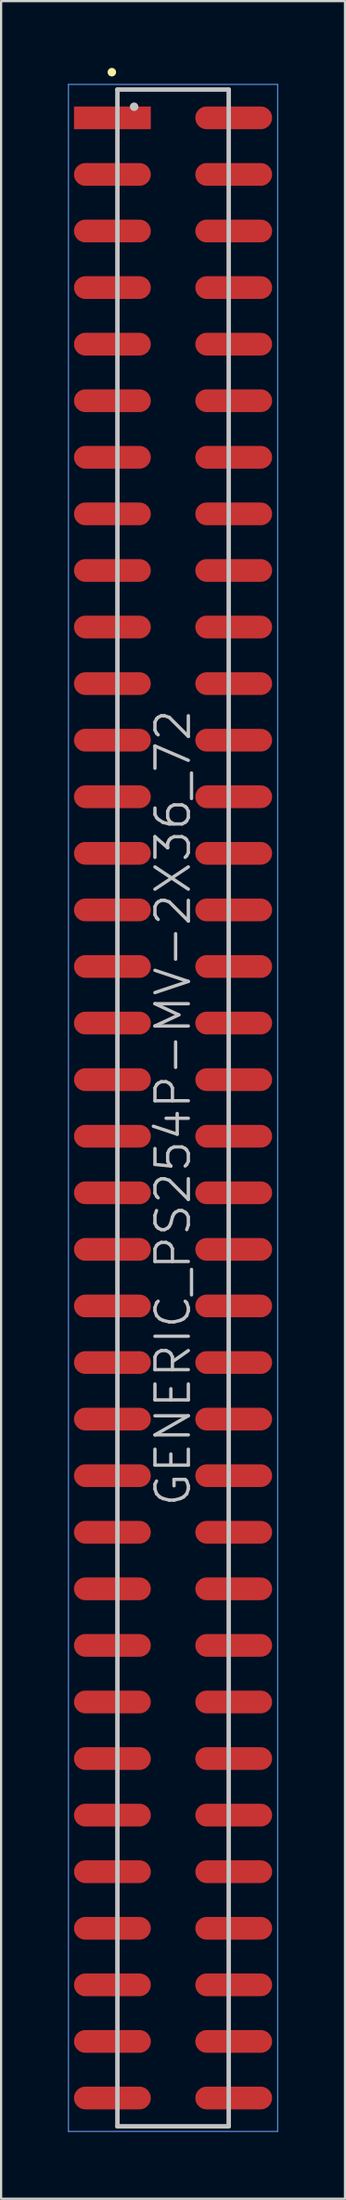
<source format=kicad_pcb>
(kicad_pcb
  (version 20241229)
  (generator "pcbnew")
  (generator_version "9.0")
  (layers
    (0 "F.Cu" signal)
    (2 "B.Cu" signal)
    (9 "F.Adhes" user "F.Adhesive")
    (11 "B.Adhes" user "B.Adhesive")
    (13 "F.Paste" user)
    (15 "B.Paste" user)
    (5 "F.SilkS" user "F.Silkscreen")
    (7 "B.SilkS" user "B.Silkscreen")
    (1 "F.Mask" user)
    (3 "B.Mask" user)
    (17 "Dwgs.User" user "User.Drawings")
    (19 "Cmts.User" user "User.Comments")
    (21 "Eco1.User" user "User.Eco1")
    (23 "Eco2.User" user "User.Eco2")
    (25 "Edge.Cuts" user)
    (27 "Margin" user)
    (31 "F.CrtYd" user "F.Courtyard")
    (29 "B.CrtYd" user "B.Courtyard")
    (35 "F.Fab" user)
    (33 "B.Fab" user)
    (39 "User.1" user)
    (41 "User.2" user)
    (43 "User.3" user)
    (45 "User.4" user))
  (footprint "GENERIC_PS254P-MV-2X36_72"
    (layer "F.Cu")
    (at 4.725 46.691)
    (property "Reference" "GENERIC_PS254P-MV-2X36_72" (at 0 0 90) (layer "Dwgs.User") (effects (font (size 1.5 1.5) (thickness 0.15))))
    (attr smd)
    (fp_line (start -2.75 -46.5) (end -2.75 -46.5) (stroke (width 0.381) (type solid)) (layer "F.SilkS"))
    (fp_line (start -2.5 -45.72) (end -2.5 45.72) (stroke (width 0.2) (type solid)) (layer "Dwgs.User"))
    (fp_line (start -2.5 -45.72) (end 2.5 -45.72) (stroke (width 0.2) (type solid)) (layer "Dwgs.User"))
    (fp_line (start -2.5 45.72) (end 2.5 45.72) (stroke (width 0.2) (type solid)) (layer "Dwgs.User"))
    (fp_line (start -1.75 -44.95) (end -1.75 -44.95) (stroke (width 0.381) (type solid)) (layer "Dwgs.User"))
    (fp_line (start 2.5 -45.72) (end 2.5 45.72) (stroke (width 0.2) (type solid)) (layer "Dwgs.User"))
    (fp_line (start -4.7 -45.95) (end -4.7 45.95) (stroke (width 0.05) (type solid)) (layer "Cmts.User"))
    (fp_line (start -4.7 -45.95) (end 4.7 -45.95) (stroke (width 0.05) (type solid)) (layer "Cmts.User"))
    (fp_line (start -4.7 45.95) (end 4.7 45.95) (stroke (width 0.05) (type solid)) (layer "Cmts.User"))
    (fp_line (start 4.7 -45.95) (end 4.7 45.95) (stroke (width 0.05) (type solid)) (layer "Cmts.User"))
    (pad "1" smd rect (at -2.725 -44.45 270) (size 1.02 3.45) (layers "F.Cu" "F.Mask" "F.Paste"))
    (pad "2" smd oval (at 2.725 -44.45 270) (size 1.02 3.45) (layers "F.Cu" "F.Mask" "F.Paste"))
    (pad "3" smd oval (at -2.725 -41.91 270) (size 1.02 3.45) (layers "F.Cu" "F.Mask" "F.Paste"))
    (pad "4" smd oval (at 2.725 -41.91 270) (size 1.02 3.45) (layers "F.Cu" "F.Mask" "F.Paste"))
    (pad "5" smd oval (at -2.725 -39.37 270) (size 1.02 3.45) (layers "F.Cu" "F.Mask" "F.Paste"))
    (pad "6" smd oval (at 2.725 -39.37 270) (size 1.02 3.45) (layers "F.Cu" "F.Mask" "F.Paste"))
    (pad "7" smd oval (at -2.725 -36.83 270) (size 1.02 3.45) (layers "F.Cu" "F.Mask" "F.Paste"))
    (pad "8" smd oval (at 2.725 -36.83 270) (size 1.02 3.45) (layers "F.Cu" "F.Mask" "F.Paste"))
    (pad "9" smd oval (at -2.725 -34.29 270) (size 1.02 3.45) (layers "F.Cu" "F.Mask" "F.Paste"))
    (pad "10" smd oval (at 2.725 -34.29 270) (size 1.02 3.45) (layers "F.Cu" "F.Mask" "F.Paste"))
    (pad "11" smd oval (at -2.725 -31.75 270) (size 1.02 3.45) (layers "F.Cu" "F.Mask" "F.Paste"))
    (pad "12" smd oval (at 2.725 -31.75 270) (size 1.02 3.45) (layers "F.Cu" "F.Mask" "F.Paste"))
    (pad "13" smd oval (at -2.725 -29.21 270) (size 1.02 3.45) (layers "F.Cu" "F.Mask" "F.Paste"))
    (pad "14" smd oval (at 2.725 -29.21 270) (size 1.02 3.45) (layers "F.Cu" "F.Mask" "F.Paste"))
    (pad "15" smd oval (at -2.725 -26.67 270) (size 1.02 3.45) (layers "F.Cu" "F.Mask" "F.Paste"))
    (pad "16" smd oval (at 2.725 -26.67 270) (size 1.02 3.45) (layers "F.Cu" "F.Mask" "F.Paste"))
    (pad "17" smd oval (at -2.725 -24.13 270) (size 1.02 3.45) (layers "F.Cu" "F.Mask" "F.Paste"))
    (pad "18" smd oval (at 2.725 -24.13 270) (size 1.02 3.45) (layers "F.Cu" "F.Mask" "F.Paste"))
    (pad "19" smd oval (at -2.725 -21.59 270) (size 1.02 3.45) (layers "F.Cu" "F.Mask" "F.Paste"))
    (pad "20" smd oval (at 2.725 -21.59 270) (size 1.02 3.45) (layers "F.Cu" "F.Mask" "F.Paste"))
    (pad "21" smd oval (at -2.725 -19.05 270) (size 1.02 3.45) (layers "F.Cu" "F.Mask" "F.Paste"))
    (pad "22" smd oval (at 2.725 -19.05 270) (size 1.02 3.45) (layers "F.Cu" "F.Mask" "F.Paste"))
    (pad "23" smd oval (at -2.725 -16.51 270) (size 1.02 3.45) (layers "F.Cu" "F.Mask" "F.Paste"))
    (pad "24" smd oval (at 2.725 -16.51 270) (size 1.02 3.45) (layers "F.Cu" "F.Mask" "F.Paste"))
    (pad "25" smd oval (at -2.725 -13.97 270) (size 1.02 3.45) (layers "F.Cu" "F.Mask" "F.Paste"))
    (pad "26" smd oval (at 2.725 -13.97 270) (size 1.02 3.45) (layers "F.Cu" "F.Mask" "F.Paste"))
    (pad "27" smd oval (at -2.725 -11.43 270) (size 1.02 3.45) (layers "F.Cu" "F.Mask" "F.Paste"))
    (pad "28" smd oval (at 2.725 -11.43 270) (size 1.02 3.45) (layers "F.Cu" "F.Mask" "F.Paste"))
    (pad "29" smd oval (at -2.725 -8.89 270) (size 1.02 3.45) (layers "F.Cu" "F.Mask" "F.Paste"))
    (pad "30" smd oval (at 2.725 -8.89 270) (size 1.02 3.45) (layers "F.Cu" "F.Mask" "F.Paste"))
    (pad "31" smd oval (at -2.725 -6.35 270) (size 1.02 3.45) (layers "F.Cu" "F.Mask" "F.Paste"))
    (pad "32" smd oval (at 2.725 -6.35 270) (size 1.02 3.45) (layers "F.Cu" "F.Mask" "F.Paste"))
    (pad "33" smd oval (at -2.725 -3.81 270) (size 1.02 3.45) (layers "F.Cu" "F.Mask" "F.Paste"))
    (pad "34" smd oval (at 2.725 -3.81 270) (size 1.02 3.45) (layers "F.Cu" "F.Mask" "F.Paste"))
    (pad "35" smd oval (at -2.725 -1.27 270) (size 1.02 3.45) (layers "F.Cu" "F.Mask" "F.Paste"))
    (pad "36" smd oval (at 2.725 -1.27 270) (size 1.02 3.45) (layers "F.Cu" "F.Mask" "F.Paste"))
    (pad "37" smd oval (at -2.725 1.27 270) (size 1.02 3.45) (layers "F.Cu" "F.Mask" "F.Paste"))
    (pad "38" smd oval (at 2.725 1.27 270) (size 1.02 3.45) (layers "F.Cu" "F.Mask" "F.Paste"))
    (pad "39" smd oval (at -2.725 3.81 270) (size 1.02 3.45) (layers "F.Cu" "F.Mask" "F.Paste"))
    (pad "40" smd oval (at 2.725 3.81 270) (size 1.02 3.45) (layers "F.Cu" "F.Mask" "F.Paste"))
    (pad "41" smd oval (at -2.725 6.35 270) (size 1.02 3.45) (layers "F.Cu" "F.Mask" "F.Paste"))
    (pad "42" smd oval (at 2.725 6.35 270) (size 1.02 3.45) (layers "F.Cu" "F.Mask" "F.Paste"))
    (pad "43" smd oval (at -2.725 8.89 270) (size 1.02 3.45) (layers "F.Cu" "F.Mask" "F.Paste"))
    (pad "44" smd oval (at 2.725 8.89 270) (size 1.02 3.45) (layers "F.Cu" "F.Mask" "F.Paste"))
    (pad "45" smd oval (at -2.725 11.43 270) (size 1.02 3.45) (layers "F.Cu" "F.Mask" "F.Paste"))
    (pad "46" smd oval (at 2.725 11.43 270) (size 1.02 3.45) (layers "F.Cu" "F.Mask" "F.Paste"))
    (pad "47" smd oval (at -2.725 13.97 270) (size 1.02 3.45) (layers "F.Cu" "F.Mask" "F.Paste"))
    (pad "48" smd oval (at 2.725 13.97 270) (size 1.02 3.45) (layers "F.Cu" "F.Mask" "F.Paste"))
    (pad "49" smd oval (at -2.725 16.51 270) (size 1.02 3.45) (layers "F.Cu" "F.Mask" "F.Paste"))
    (pad "50" smd oval (at 2.725 16.51 270) (size 1.02 3.45) (layers "F.Cu" "F.Mask" "F.Paste"))
    (pad "51" smd oval (at -2.725 19.05 270) (size 1.02 3.45) (layers "F.Cu" "F.Mask" "F.Paste"))
    (pad "52" smd oval (at 2.725 19.05 270) (size 1.02 3.45) (layers "F.Cu" "F.Mask" "F.Paste"))
    (pad "53" smd oval (at -2.725 21.59 270) (size 1.02 3.45) (layers "F.Cu" "F.Mask" "F.Paste"))
    (pad "54" smd oval (at 2.725 21.59 270) (size 1.02 3.45) (layers "F.Cu" "F.Mask" "F.Paste"))
    (pad "55" smd oval (at -2.725 24.13 270) (size 1.02 3.45) (layers "F.Cu" "F.Mask" "F.Paste"))
    (pad "56" smd oval (at 2.725 24.13 270) (size 1.02 3.45) (layers "F.Cu" "F.Mask" "F.Paste"))
    (pad "57" smd oval (at -2.725 26.67 270) (size 1.02 3.45) (layers "F.Cu" "F.Mask" "F.Paste"))
    (pad "58" smd oval (at 2.725 26.67 270) (size 1.02 3.45) (layers "F.Cu" "F.Mask" "F.Paste"))
    (pad "59" smd oval (at -2.725 29.21 270) (size 1.02 3.45) (layers "F.Cu" "F.Mask" "F.Paste"))
    (pad "60" smd oval (at 2.725 29.21 270) (size 1.02 3.45) (layers "F.Cu" "F.Mask" "F.Paste"))
    (pad "61" smd oval (at -2.725 31.75 270) (size 1.02 3.45) (layers "F.Cu" "F.Mask" "F.Paste"))
    (pad "62" smd oval (at 2.725 31.75 270) (size 1.02 3.45) (layers "F.Cu" "F.Mask" "F.Paste"))
    (pad "63" smd oval (at -2.725 34.29 270) (size 1.02 3.45) (layers "F.Cu" "F.Mask" "F.Paste"))
    (pad "64" smd oval (at 2.725 34.29 270) (size 1.02 3.45) (layers "F.Cu" "F.Mask" "F.Paste"))
    (pad "65" smd oval (at -2.725 36.83 270) (size 1.02 3.45) (layers "F.Cu" "F.Mask" "F.Paste"))
    (pad "66" smd oval (at 2.725 36.83 270) (size 1.02 3.45) (layers "F.Cu" "F.Mask" "F.Paste"))
    (pad "67" smd oval (at -2.725 39.37 270) (size 1.02 3.45) (layers "F.Cu" "F.Mask" "F.Paste"))
    (pad "68" smd oval (at 2.725 39.37 270) (size 1.02 3.45) (layers "F.Cu" "F.Mask" "F.Paste"))
    (pad "69" smd oval (at -2.725 41.91 270) (size 1.02 3.45) (layers "F.Cu" "F.Mask" "F.Paste"))
    (pad "70" smd oval (at 2.725 41.91 270) (size 1.02 3.45) (layers "F.Cu" "F.Mask" "F.Paste"))
    (pad "71" smd oval (at -2.725 44.45 270) (size 1.02 3.45) (layers "F.Cu" "F.Mask" "F.Paste"))
    (pad "72" smd oval (at 2.725 44.45 270) (size 1.02 3.45) (layers "F.Cu" "F.Mask" "F.Paste")))
  (gr_rect
    (start -3 -3)
    (end 12.45 95.665)
    (stroke (width 0.1) (type default))
    (fill no)
    (layer "Edge.Cuts")))
</source>
